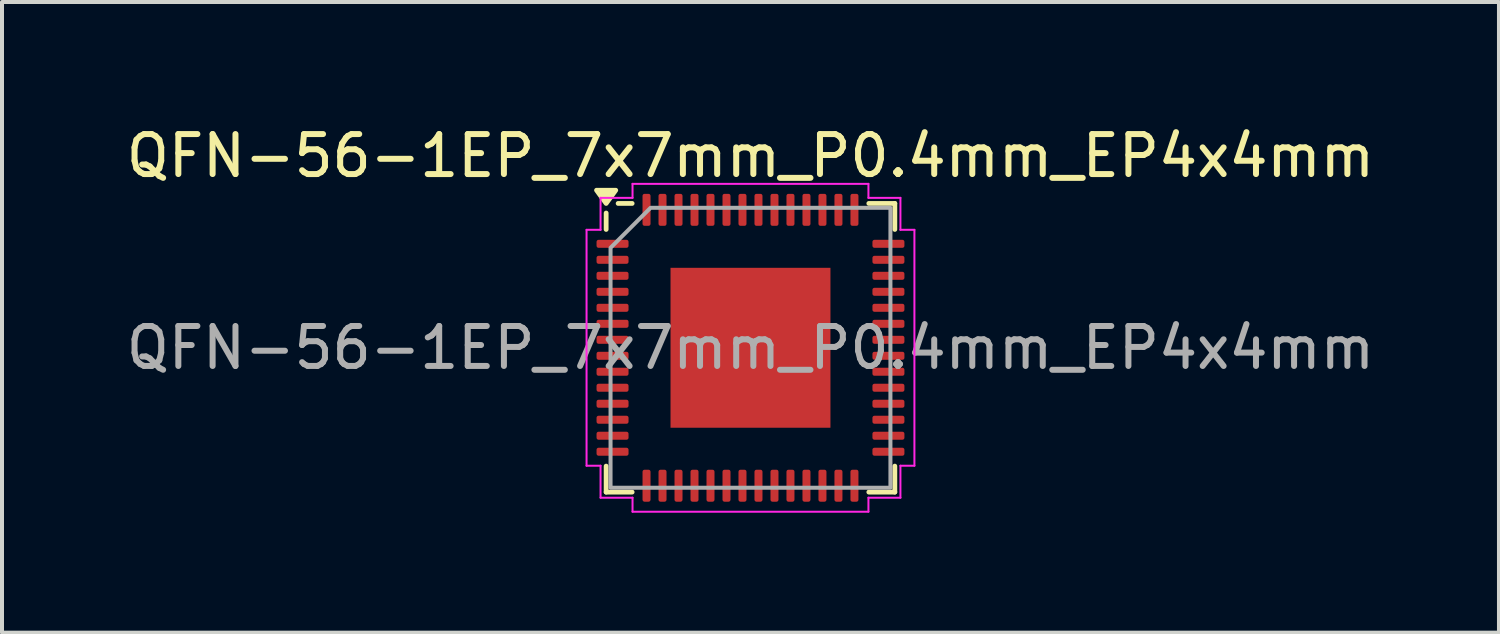
<source format=kicad_pcb>
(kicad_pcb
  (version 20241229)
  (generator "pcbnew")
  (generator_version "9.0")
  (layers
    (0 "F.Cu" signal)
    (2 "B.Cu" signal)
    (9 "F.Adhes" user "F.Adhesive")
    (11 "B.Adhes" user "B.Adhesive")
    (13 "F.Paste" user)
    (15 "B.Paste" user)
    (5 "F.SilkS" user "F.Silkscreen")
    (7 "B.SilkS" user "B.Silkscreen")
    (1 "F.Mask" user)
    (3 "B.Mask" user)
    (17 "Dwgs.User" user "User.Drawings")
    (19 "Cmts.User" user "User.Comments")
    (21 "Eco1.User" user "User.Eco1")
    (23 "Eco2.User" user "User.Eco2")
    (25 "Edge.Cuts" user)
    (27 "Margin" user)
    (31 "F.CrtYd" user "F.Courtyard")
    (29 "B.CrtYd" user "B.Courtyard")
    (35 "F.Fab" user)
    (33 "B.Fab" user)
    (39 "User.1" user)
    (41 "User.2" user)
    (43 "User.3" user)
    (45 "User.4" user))
  (footprint "QFN-56-1EP_7x7mm_P0.4mm_EP4x4mm"
    (layer "F.Cu")
    (at 15.72 5.648)
    (property "Reference" "QFN-56-1EP_7x7mm_P0.4mm_EP4x4mm" (at 0 -4.8 0) (layer "F.SilkS") (effects (font (size 1 1) (thickness 0.15))))
    (attr smd)
    (fp_line (start -3.61 -2.96) (end -3.61 -3.37) (stroke (width 0.12) (type solid)) (layer "F.SilkS"))
    (fp_line (start -3.61 3.61) (end -3.61 2.96) (stroke (width 0.12) (type solid)) (layer "F.SilkS"))
    (fp_line (start -2.96 -3.61) (end -3.31 -3.61) (stroke (width 0.12) (type solid)) (layer "F.SilkS"))
    (fp_line (start -2.96 3.61) (end -3.61 3.61) (stroke (width 0.12) (type solid)) (layer "F.SilkS"))
    (fp_line (start 2.96 -3.61) (end 3.61 -3.61) (stroke (width 0.12) (type solid)) (layer "F.SilkS"))
    (fp_line (start 2.96 3.61) (end 3.61 3.61) (stroke (width 0.12) (type solid)) (layer "F.SilkS"))
    (fp_line (start 3.61 -3.61) (end 3.61 -2.96) (stroke (width 0.12) (type solid)) (layer "F.SilkS"))
    (fp_line (start 3.61 3.61) (end 3.61 2.96) (stroke (width 0.12) (type solid)) (layer "F.SilkS"))
    (fp_poly (pts (xy -3.61 -3.61) (xy -3.85 -3.94) (xy -3.37 -3.94)) (stroke (width 0.12) (type solid)) (fill yes) (layer "F.SilkS"))
    (fp_line (start -4.1 -2.95) (end -3.75 -2.95) (stroke (width 0.05) (type solid)) (layer "F.CrtYd"))
    (fp_line (start -4.1 2.95) (end -4.1 -2.95) (stroke (width 0.05) (type solid)) (layer "F.CrtYd"))
    (fp_line (start -3.75 -3.75) (end -2.95 -3.75) (stroke (width 0.05) (type solid)) (layer "F.CrtYd"))
    (fp_line (start -3.75 -2.95) (end -3.75 -3.75) (stroke (width 0.05) (type solid)) (layer "F.CrtYd"))
    (fp_line (start -3.75 2.95) (end -4.1 2.95) (stroke (width 0.05) (type solid)) (layer "F.CrtYd"))
    (fp_line (start -3.75 3.75) (end -3.75 2.95) (stroke (width 0.05) (type solid)) (layer "F.CrtYd"))
    (fp_line (start -2.95 -4.1) (end 2.95 -4.1) (stroke (width 0.05) (type solid)) (layer "F.CrtYd"))
    (fp_line (start -2.95 -3.75) (end -2.95 -4.1) (stroke (width 0.05) (type solid)) (layer "F.CrtYd"))
    (fp_line (start -2.95 3.75) (end -3.75 3.75) (stroke (width 0.05) (type solid)) (layer "F.CrtYd"))
    (fp_line (start -2.95 4.1) (end -2.95 3.75) (stroke (width 0.05) (type solid)) (layer "F.CrtYd"))
    (fp_line (start 2.95 -4.1) (end 2.95 -3.75) (stroke (width 0.05) (type solid)) (layer "F.CrtYd"))
    (fp_line (start 2.95 -3.75) (end 3.75 -3.75) (stroke (width 0.05) (type solid)) (layer "F.CrtYd"))
    (fp_line (start 2.95 3.75) (end 2.95 4.1) (stroke (width 0.05) (type solid)) (layer "F.CrtYd"))
    (fp_line (start 2.95 4.1) (end -2.95 4.1) (stroke (width 0.05) (type solid)) (layer "F.CrtYd"))
    (fp_line (start 3.75 -3.75) (end 3.75 -2.95) (stroke (width 0.05) (type solid)) (layer "F.CrtYd"))
    (fp_line (start 3.75 -2.95) (end 4.1 -2.95) (stroke (width 0.05) (type solid)) (layer "F.CrtYd"))
    (fp_line (start 3.75 2.95) (end 3.75 3.75) (stroke (width 0.05) (type solid)) (layer "F.CrtYd"))
    (fp_line (start 3.75 3.75) (end 2.95 3.75) (stroke (width 0.05) (type solid)) (layer "F.CrtYd"))
    (fp_line (start 4.1 -2.95) (end 4.1 2.95) (stroke (width 0.05) (type solid)) (layer "F.CrtYd"))
    (fp_line (start 4.1 2.95) (end 3.75 2.95) (stroke (width 0.05) (type solid)) (layer "F.CrtYd"))
    (fp_poly (pts (xy -3.5 -2.5) (xy -3.5 3.5) (xy 3.5 3.5) (xy 3.5 -3.5) (xy -2.5 -3.5)) (stroke (width 0.1) (type solid)) (fill no) (layer "F.Fab"))
    (fp_text user "${REFERENCE}" (at 0 0 0) (layer "F.Fab") (effects (font (size 1 1) (thickness 0.15))))
    (pad "" smd roundrect (at -1.33 -1.33) (size 1.07 1.07) (layers "F.Paste") (roundrect_rratio 0.234))
    (pad "" smd roundrect (at -1.33 0) (size 1.07 1.07) (layers "F.Paste") (roundrect_rratio 0.234))
    (pad "" smd roundrect (at -1.33 1.33) (size 1.07 1.07) (layers "F.Paste") (roundrect_rratio 0.234))
    (pad "" smd roundrect (at 0 -1.33) (size 1.07 1.07) (layers "F.Paste") (roundrect_rratio 0.234))
    (pad "" smd roundrect (at 0 0) (size 1.07 1.07) (layers "F.Paste") (roundrect_rratio 0.234))
    (pad "" smd roundrect (at 0 1.33) (size 1.07 1.07) (layers "F.Paste") (roundrect_rratio 0.234))
    (pad "" smd roundrect (at 1.33 -1.33) (size 1.07 1.07) (layers "F.Paste") (roundrect_rratio 0.234))
    (pad "" smd roundrect (at 1.33 0) (size 1.07 1.07) (layers "F.Paste") (roundrect_rratio 0.234))
    (pad "" smd roundrect (at 1.33 1.33) (size 1.07 1.07) (layers "F.Paste") (roundrect_rratio 0.234))
    (pad "1" smd roundrect (at -3.45 -2.6) (size 0.8 0.2) (layers "F.Cu" "F.Mask" "F.Paste") (roundrect_rratio 0.25))
    (pad "2" smd roundrect (at -3.45 -2.2) (size 0.8 0.2) (layers "F.Cu" "F.Mask" "F.Paste") (roundrect_rratio 0.25))
    (pad "3" smd roundrect (at -3.45 -1.8) (size 0.8 0.2) (layers "F.Cu" "F.Mask" "F.Paste") (roundrect_rratio 0.25))
    (pad "4" smd roundrect (at -3.45 -1.4) (size 0.8 0.2) (layers "F.Cu" "F.Mask" "F.Paste") (roundrect_rratio 0.25))
    (pad "5" smd roundrect (at -3.45 -1) (size 0.8 0.2) (layers "F.Cu" "F.Mask" "F.Paste") (roundrect_rratio 0.25))
    (pad "6" smd roundrect (at -3.45 -0.6) (size 0.8 0.2) (layers "F.Cu" "F.Mask" "F.Paste") (roundrect_rratio 0.25))
    (pad "7" smd roundrect (at -3.45 -0.2) (size 0.8 0.2) (layers "F.Cu" "F.Mask" "F.Paste") (roundrect_rratio 0.25))
    (pad "8" smd roundrect (at -3.45 0.2) (size 0.8 0.2) (layers "F.Cu" "F.Mask" "F.Paste") (roundrect_rratio 0.25))
    (pad "9" smd roundrect (at -3.45 0.6) (size 0.8 0.2) (layers "F.Cu" "F.Mask" "F.Paste") (roundrect_rratio 0.25))
    (pad "10" smd roundrect (at -3.45 1) (size 0.8 0.2) (layers "F.Cu" "F.Mask" "F.Paste") (roundrect_rratio 0.25))
    (pad "11" smd roundrect (at -3.45 1.4) (size 0.8 0.2) (layers "F.Cu" "F.Mask" "F.Paste") (roundrect_rratio 0.25))
    (pad "12" smd roundrect (at -3.45 1.8) (size 0.8 0.2) (layers "F.Cu" "F.Mask" "F.Paste") (roundrect_rratio 0.25))
    (pad "13" smd roundrect (at -3.45 2.2) (size 0.8 0.2) (layers "F.Cu" "F.Mask" "F.Paste") (roundrect_rratio 0.25))
    (pad "14" smd roundrect (at -3.45 2.6) (size 0.8 0.2) (layers "F.Cu" "F.Mask" "F.Paste") (roundrect_rratio 0.25))
    (pad "15" smd roundrect (at -2.6 3.45) (size 0.2 0.8) (layers "F.Cu" "F.Mask" "F.Paste") (roundrect_rratio 0.25))
    (pad "16" smd roundrect (at -2.2 3.45) (size 0.2 0.8) (layers "F.Cu" "F.Mask" "F.Paste") (roundrect_rratio 0.25))
    (pad "17" smd roundrect (at -1.8 3.45) (size 0.2 0.8) (layers "F.Cu" "F.Mask" "F.Paste") (roundrect_rratio 0.25))
    (pad "18" smd roundrect (at -1.4 3.45) (size 0.2 0.8) (layers "F.Cu" "F.Mask" "F.Paste") (roundrect_rratio 0.25))
    (pad "19" smd roundrect (at -1 3.45) (size 0.2 0.8) (layers "F.Cu" "F.Mask" "F.Paste") (roundrect_rratio 0.25))
    (pad "20" smd roundrect (at -0.6 3.45) (size 0.2 0.8) (layers "F.Cu" "F.Mask" "F.Paste") (roundrect_rratio 0.25))
    (pad "21" smd roundrect (at -0.2 3.45) (size 0.2 0.8) (layers "F.Cu" "F.Mask" "F.Paste") (roundrect_rratio 0.25))
    (pad "22" smd roundrect (at 0.2 3.45) (size 0.2 0.8) (layers "F.Cu" "F.Mask" "F.Paste") (roundrect_rratio 0.25))
    (pad "23" smd roundrect (at 0.6 3.45) (size 0.2 0.8) (layers "F.Cu" "F.Mask" "F.Paste") (roundrect_rratio 0.25))
    (pad "24" smd roundrect (at 1 3.45) (size 0.2 0.8) (layers "F.Cu" "F.Mask" "F.Paste") (roundrect_rratio 0.25))
    (pad "25" smd roundrect (at 1.4 3.45) (size 0.2 0.8) (layers "F.Cu" "F.Mask" "F.Paste") (roundrect_rratio 0.25))
    (pad "26" smd roundrect (at 1.8 3.45) (size 0.2 0.8) (layers "F.Cu" "F.Mask" "F.Paste") (roundrect_rratio 0.25))
    (pad "27" smd roundrect (at 2.2 3.45) (size 0.2 0.8) (layers "F.Cu" "F.Mask" "F.Paste") (roundrect_rratio 0.25))
    (pad "28" smd roundrect (at 2.6 3.45) (size 0.2 0.8) (layers "F.Cu" "F.Mask" "F.Paste") (roundrect_rratio 0.25))
    (pad "29" smd roundrect (at 3.45 2.6) (size 0.8 0.2) (layers "F.Cu" "F.Mask" "F.Paste") (roundrect_rratio 0.25))
    (pad "30" smd roundrect (at 3.45 2.2) (size 0.8 0.2) (layers "F.Cu" "F.Mask" "F.Paste") (roundrect_rratio 0.25))
    (pad "31" smd roundrect (at 3.45 1.8) (size 0.8 0.2) (layers "F.Cu" "F.Mask" "F.Paste") (roundrect_rratio 0.25))
    (pad "32" smd roundrect (at 3.45 1.4) (size 0.8 0.2) (layers "F.Cu" "F.Mask" "F.Paste") (roundrect_rratio 0.25))
    (pad "33" smd roundrect (at 3.45 1) (size 0.8 0.2) (layers "F.Cu" "F.Mask" "F.Paste") (roundrect_rratio 0.25))
    (pad "34" smd roundrect (at 3.45 0.6) (size 0.8 0.2) (layers "F.Cu" "F.Mask" "F.Paste") (roundrect_rratio 0.25))
    (pad "35" smd roundrect (at 3.45 0.2) (size 0.8 0.2) (layers "F.Cu" "F.Mask" "F.Paste") (roundrect_rratio 0.25))
    (pad "36" smd roundrect (at 3.45 -0.2) (size 0.8 0.2) (layers "F.Cu" "F.Mask" "F.Paste") (roundrect_rratio 0.25))
    (pad "37" smd roundrect (at 3.45 -0.6) (size 0.8 0.2) (layers "F.Cu" "F.Mask" "F.Paste") (roundrect_rratio 0.25))
    (pad "38" smd roundrect (at 3.45 -1) (size 0.8 0.2) (layers "F.Cu" "F.Mask" "F.Paste") (roundrect_rratio 0.25))
    (pad "39" smd roundrect (at 3.45 -1.4) (size 0.8 0.2) (layers "F.Cu" "F.Mask" "F.Paste") (roundrect_rratio 0.25))
    (pad "40" smd roundrect (at 3.45 -1.8) (size 0.8 0.2) (layers "F.Cu" "F.Mask" "F.Paste") (roundrect_rratio 0.25))
    (pad "41" smd roundrect (at 3.45 -2.2) (size 0.8 0.2) (layers "F.Cu" "F.Mask" "F.Paste") (roundrect_rratio 0.25))
    (pad "42" smd roundrect (at 3.45 -2.6) (size 0.8 0.2) (layers "F.Cu" "F.Mask" "F.Paste") (roundrect_rratio 0.25))
    (pad "43" smd roundrect (at 2.6 -3.45) (size 0.2 0.8) (layers "F.Cu" "F.Mask" "F.Paste") (roundrect_rratio 0.25))
    (pad "44" smd roundrect (at 2.2 -3.45) (size 0.2 0.8) (layers "F.Cu" "F.Mask" "F.Paste") (roundrect_rratio 0.25))
    (pad "45" smd roundrect (at 1.8 -3.45) (size 0.2 0.8) (layers "F.Cu" "F.Mask" "F.Paste") (roundrect_rratio 0.25))
    (pad "46" smd roundrect (at 1.4 -3.45) (size 0.2 0.8) (layers "F.Cu" "F.Mask" "F.Paste") (roundrect_rratio 0.25))
    (pad "47" smd roundrect (at 1 -3.45) (size 0.2 0.8) (layers "F.Cu" "F.Mask" "F.Paste") (roundrect_rratio 0.25))
    (pad "48" smd roundrect (at 0.6 -3.45) (size 0.2 0.8) (layers "F.Cu" "F.Mask" "F.Paste") (roundrect_rratio 0.25))
    (pad "49" smd roundrect (at 0.2 -3.45) (size 0.2 0.8) (layers "F.Cu" "F.Mask" "F.Paste") (roundrect_rratio 0.25))
    (pad "50" smd roundrect (at -0.2 -3.45) (size 0.2 0.8) (layers "F.Cu" "F.Mask" "F.Paste") (roundrect_rratio 0.25))
    (pad "51" smd roundrect (at -0.6 -3.45) (size 0.2 0.8) (layers "F.Cu" "F.Mask" "F.Paste") (roundrect_rratio 0.25))
    (pad "52" smd roundrect (at -1 -3.45) (size 0.2 0.8) (layers "F.Cu" "F.Mask" "F.Paste") (roundrect_rratio 0.25))
    (pad "53" smd roundrect (at -1.4 -3.45) (size 0.2 0.8) (layers "F.Cu" "F.Mask" "F.Paste") (roundrect_rratio 0.25))
    (pad "54" smd roundrect (at -1.8 -3.45) (size 0.2 0.8) (layers "F.Cu" "F.Mask" "F.Paste") (roundrect_rratio 0.25))
    (pad "55" smd roundrect (at -2.2 -3.45) (size 0.2 0.8) (layers "F.Cu" "F.Mask" "F.Paste") (roundrect_rratio 0.25))
    (pad "56" smd roundrect (at -2.6 -3.45) (size 0.2 0.8) (layers "F.Cu" "F.Mask" "F.Paste") (roundrect_rratio 0.25))
    (pad "57" smd rect (at 0 0) (size 4 4) (property pad_prop_heatsink) (layers "F.Cu" "F.Mask")))
  (gr_rect
    (start -3 -3)
    (end 34.44 12.773)
    (stroke (width 0.1) (type default))
    (fill no)
    (layer "Edge.Cuts")))
</source>
